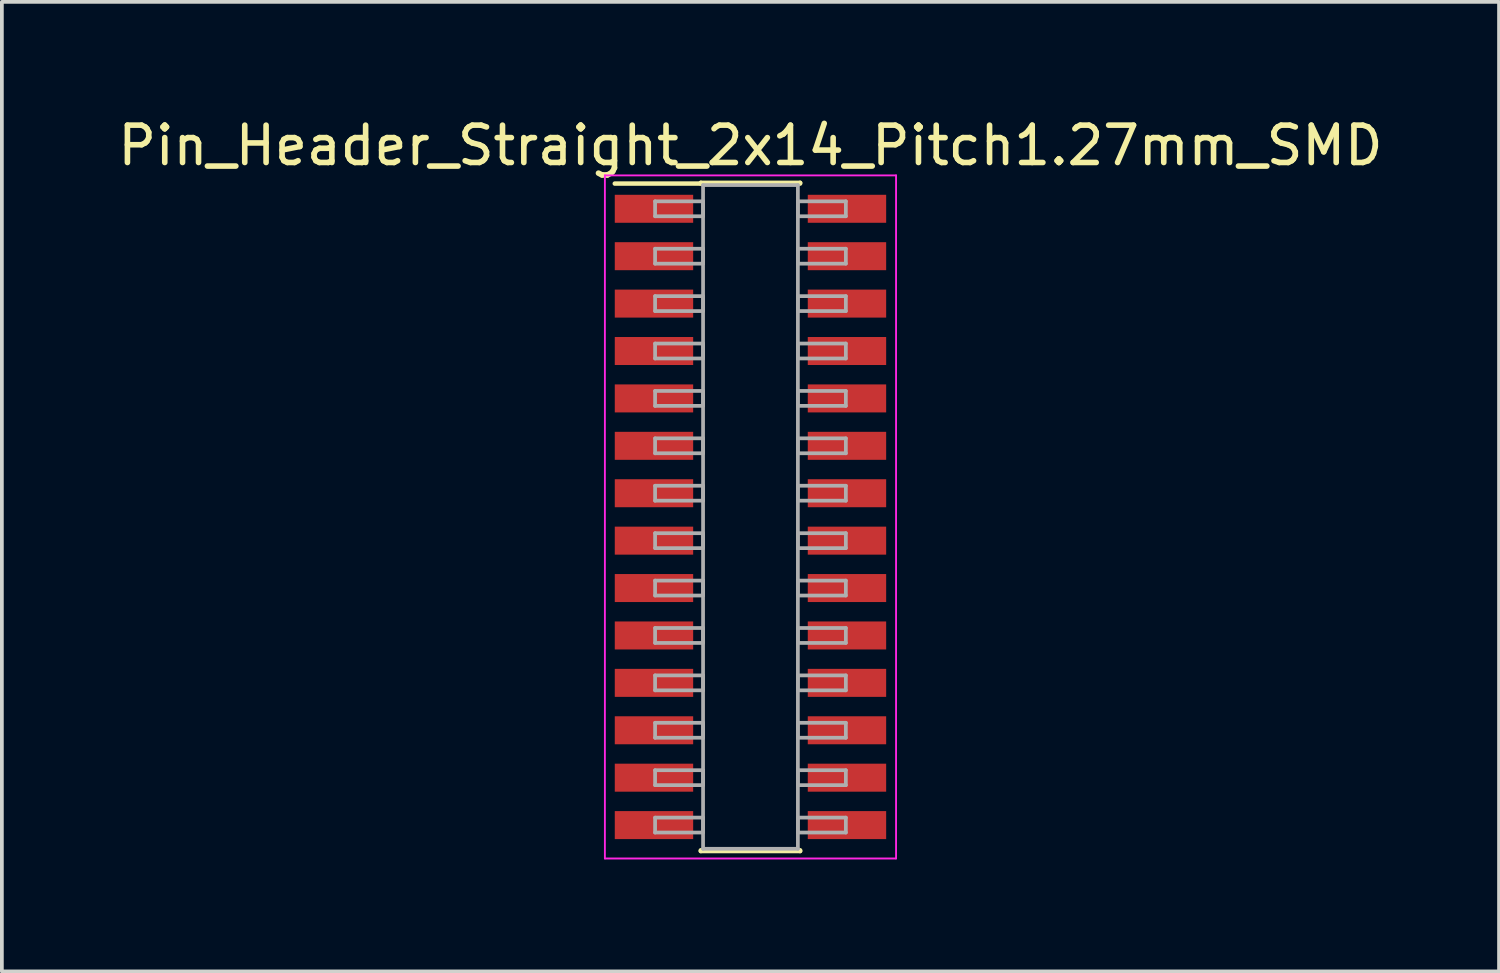
<source format=kicad_pcb>
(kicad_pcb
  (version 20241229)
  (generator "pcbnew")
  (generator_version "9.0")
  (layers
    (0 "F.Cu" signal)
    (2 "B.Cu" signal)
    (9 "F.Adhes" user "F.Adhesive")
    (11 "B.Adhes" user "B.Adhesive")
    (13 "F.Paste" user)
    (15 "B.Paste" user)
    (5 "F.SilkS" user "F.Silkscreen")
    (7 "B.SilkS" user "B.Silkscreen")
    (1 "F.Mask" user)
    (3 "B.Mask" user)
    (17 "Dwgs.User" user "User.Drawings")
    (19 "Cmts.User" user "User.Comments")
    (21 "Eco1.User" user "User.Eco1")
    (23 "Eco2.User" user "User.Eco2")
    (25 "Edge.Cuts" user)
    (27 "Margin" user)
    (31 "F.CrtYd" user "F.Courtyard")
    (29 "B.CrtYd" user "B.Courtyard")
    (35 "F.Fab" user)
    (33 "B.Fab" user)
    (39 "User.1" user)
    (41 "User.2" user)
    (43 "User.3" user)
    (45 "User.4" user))
  (footprint "Pin_Header_Straight_2x14_Pitch1.27mm_SMD"
    (layer "F.Cu")
    (at 17.054 10.798)
    (property "Reference" "Pin_Header_Straight_2x14_Pitch1.27mm_SMD" (at 0 -9.95 0) (layer "F.SilkS") (effects (font (size 1 1) (thickness 0.15))))
    (attr smd)
    (fp_line (start -3.635 -8.93) (end -1.33 -8.93) (stroke (width 0.12) (type solid)) (layer "F.SilkS"))
    (fp_line (start -1.33 -8.95) (end 1.33 -8.95) (stroke (width 0.12) (type solid)) (layer "F.SilkS"))
    (fp_line (start -1.33 -8.93) (end -1.33 -8.95) (stroke (width 0.12) (type solid)) (layer "F.SilkS"))
    (fp_line (start -1.33 8.93) (end -1.33 8.95) (stroke (width 0.12) (type solid)) (layer "F.SilkS"))
    (fp_line (start -1.33 8.95) (end 1.33 8.95) (stroke (width 0.12) (type solid)) (layer "F.SilkS"))
    (fp_line (start 1.33 -8.95) (end 1.33 -8.93) (stroke (width 0.12) (type solid)) (layer "F.SilkS"))
    (fp_line (start 1.33 8.95) (end 1.33 8.93) (stroke (width 0.12) (type solid)) (layer "F.SilkS"))
    (fp_line (start -3.9 -9.15) (end -3.9 9.15) (stroke (width 0.05) (type solid)) (layer "F.CrtYd"))
    (fp_line (start -3.9 9.15) (end 3.9 9.15) (stroke (width 0.05) (type solid)) (layer "F.CrtYd"))
    (fp_line (start 3.9 -9.15) (end -3.9 -9.15) (stroke (width 0.05) (type solid)) (layer "F.CrtYd"))
    (fp_line (start 3.9 9.15) (end 3.9 -9.15) (stroke (width 0.05) (type solid)) (layer "F.CrtYd"))
    (fp_line (start -2.555 -8.455) (end -1.27 -8.455) (stroke (width 0.1) (type solid)) (layer "F.Fab"))
    (fp_line (start -2.555 -8.055) (end -2.555 -8.455) (stroke (width 0.1) (type solid)) (layer "F.Fab"))
    (fp_line (start -2.555 -7.185) (end -1.27 -7.185) (stroke (width 0.1) (type solid)) (layer "F.Fab"))
    (fp_line (start -2.555 -6.785) (end -2.555 -7.185) (stroke (width 0.1) (type solid)) (layer "F.Fab"))
    (fp_line (start -2.555 -5.915) (end -1.27 -5.915) (stroke (width 0.1) (type solid)) (layer "F.Fab"))
    (fp_line (start -2.555 -5.515) (end -2.555 -5.915) (stroke (width 0.1) (type solid)) (layer "F.Fab"))
    (fp_line (start -2.555 -4.645) (end -1.27 -4.645) (stroke (width 0.1) (type solid)) (layer "F.Fab"))
    (fp_line (start -2.555 -4.245) (end -2.555 -4.645) (stroke (width 0.1) (type solid)) (layer "F.Fab"))
    (fp_line (start -2.555 -3.375) (end -1.27 -3.375) (stroke (width 0.1) (type solid)) (layer "F.Fab"))
    (fp_line (start -2.555 -2.975) (end -2.555 -3.375) (stroke (width 0.1) (type solid)) (layer "F.Fab"))
    (fp_line (start -2.555 -2.105) (end -1.27 -2.105) (stroke (width 0.1) (type solid)) (layer "F.Fab"))
    (fp_line (start -2.555 -1.705) (end -2.555 -2.105) (stroke (width 0.1) (type solid)) (layer "F.Fab"))
    (fp_line (start -2.555 -0.835) (end -1.27 -0.835) (stroke (width 0.1) (type solid)) (layer "F.Fab"))
    (fp_line (start -2.555 -0.435) (end -2.555 -0.835) (stroke (width 0.1) (type solid)) (layer "F.Fab"))
    (fp_line (start -2.555 0.435) (end -1.27 0.435) (stroke (width 0.1) (type solid)) (layer "F.Fab"))
    (fp_line (start -2.555 0.835) (end -2.555 0.435) (stroke (width 0.1) (type solid)) (layer "F.Fab"))
    (fp_line (start -2.555 1.705) (end -1.27 1.705) (stroke (width 0.1) (type solid)) (layer "F.Fab"))
    (fp_line (start -2.555 2.105) (end -2.555 1.705) (stroke (width 0.1) (type solid)) (layer "F.Fab"))
    (fp_line (start -2.555 2.975) (end -1.27 2.975) (stroke (width 0.1) (type solid)) (layer "F.Fab"))
    (fp_line (start -2.555 3.375) (end -2.555 2.975) (stroke (width 0.1) (type solid)) (layer "F.Fab"))
    (fp_line (start -2.555 4.245) (end -1.27 4.245) (stroke (width 0.1) (type solid)) (layer "F.Fab"))
    (fp_line (start -2.555 4.645) (end -2.555 4.245) (stroke (width 0.1) (type solid)) (layer "F.Fab"))
    (fp_line (start -2.555 5.515) (end -1.27 5.515) (stroke (width 0.1) (type solid)) (layer "F.Fab"))
    (fp_line (start -2.555 5.915) (end -2.555 5.515) (stroke (width 0.1) (type solid)) (layer "F.Fab"))
    (fp_line (start -2.555 6.785) (end -1.27 6.785) (stroke (width 0.1) (type solid)) (layer "F.Fab"))
    (fp_line (start -2.555 7.185) (end -2.555 6.785) (stroke (width 0.1) (type solid)) (layer "F.Fab"))
    (fp_line (start -2.555 8.055) (end -1.27 8.055) (stroke (width 0.1) (type solid)) (layer "F.Fab"))
    (fp_line (start -2.555 8.455) (end -2.555 8.055) (stroke (width 0.1) (type solid)) (layer "F.Fab"))
    (fp_line (start -1.27 -8.89) (end -1.27 8.89) (stroke (width 0.1) (type solid)) (layer "F.Fab"))
    (fp_line (start -1.27 -8.455) (end -1.27 -8.055) (stroke (width 0.1) (type solid)) (layer "F.Fab"))
    (fp_line (start -1.27 -8.055) (end -2.555 -8.055) (stroke (width 0.1) (type solid)) (layer "F.Fab"))
    (fp_line (start -1.27 -7.185) (end -1.27 -6.785) (stroke (width 0.1) (type solid)) (layer "F.Fab"))
    (fp_line (start -1.27 -6.785) (end -2.555 -6.785) (stroke (width 0.1) (type solid)) (layer "F.Fab"))
    (fp_line (start -1.27 -5.915) (end -1.27 -5.515) (stroke (width 0.1) (type solid)) (layer "F.Fab"))
    (fp_line (start -1.27 -5.515) (end -2.555 -5.515) (stroke (width 0.1) (type solid)) (layer "F.Fab"))
    (fp_line (start -1.27 -4.645) (end -1.27 -4.245) (stroke (width 0.1) (type solid)) (layer "F.Fab"))
    (fp_line (start -1.27 -4.245) (end -2.555 -4.245) (stroke (width 0.1) (type solid)) (layer "F.Fab"))
    (fp_line (start -1.27 -3.375) (end -1.27 -2.975) (stroke (width 0.1) (type solid)) (layer "F.Fab"))
    (fp_line (start -1.27 -2.975) (end -2.555 -2.975) (stroke (width 0.1) (type solid)) (layer "F.Fab"))
    (fp_line (start -1.27 -2.105) (end -1.27 -1.705) (stroke (width 0.1) (type solid)) (layer "F.Fab"))
    (fp_line (start -1.27 -1.705) (end -2.555 -1.705) (stroke (width 0.1) (type solid)) (layer "F.Fab"))
    (fp_line (start -1.27 -0.835) (end -1.27 -0.435) (stroke (width 0.1) (type solid)) (layer "F.Fab"))
    (fp_line (start -1.27 -0.435) (end -2.555 -0.435) (stroke (width 0.1) (type solid)) (layer "F.Fab"))
    (fp_line (start -1.27 0.435) (end -1.27 0.835) (stroke (width 0.1) (type solid)) (layer "F.Fab"))
    (fp_line (start -1.27 0.835) (end -2.555 0.835) (stroke (width 0.1) (type solid)) (layer "F.Fab"))
    (fp_line (start -1.27 1.705) (end -1.27 2.105) (stroke (width 0.1) (type solid)) (layer "F.Fab"))
    (fp_line (start -1.27 2.105) (end -2.555 2.105) (stroke (width 0.1) (type solid)) (layer "F.Fab"))
    (fp_line (start -1.27 2.975) (end -1.27 3.375) (stroke (width 0.1) (type solid)) (layer "F.Fab"))
    (fp_line (start -1.27 3.375) (end -2.555 3.375) (stroke (width 0.1) (type solid)) (layer "F.Fab"))
    (fp_line (start -1.27 4.245) (end -1.27 4.645) (stroke (width 0.1) (type solid)) (layer "F.Fab"))
    (fp_line (start -1.27 4.645) (end -2.555 4.645) (stroke (width 0.1) (type solid)) (layer "F.Fab"))
    (fp_line (start -1.27 5.515) (end -1.27 5.915) (stroke (width 0.1) (type solid)) (layer "F.Fab"))
    (fp_line (start -1.27 5.915) (end -2.555 5.915) (stroke (width 0.1) (type solid)) (layer "F.Fab"))
    (fp_line (start -1.27 6.785) (end -1.27 7.185) (stroke (width 0.1) (type solid)) (layer "F.Fab"))
    (fp_line (start -1.27 7.185) (end -2.555 7.185) (stroke (width 0.1) (type solid)) (layer "F.Fab"))
    (fp_line (start -1.27 8.055) (end -1.27 8.455) (stroke (width 0.1) (type solid)) (layer "F.Fab"))
    (fp_line (start -1.27 8.455) (end -2.555 8.455) (stroke (width 0.1) (type solid)) (layer "F.Fab"))
    (fp_line (start -1.27 8.89) (end 1.27 8.89) (stroke (width 0.1) (type solid)) (layer "F.Fab"))
    (fp_line (start 1.27 -8.89) (end -1.27 -8.89) (stroke (width 0.1) (type solid)) (layer "F.Fab"))
    (fp_line (start 1.27 -8.455) (end 1.27 -8.055) (stroke (width 0.1) (type solid)) (layer "F.Fab"))
    (fp_line (start 1.27 -8.055) (end 2.555 -8.055) (stroke (width 0.1) (type solid)) (layer "F.Fab"))
    (fp_line (start 1.27 -7.185) (end 1.27 -6.785) (stroke (width 0.1) (type solid)) (layer "F.Fab"))
    (fp_line (start 1.27 -6.785) (end 2.555 -6.785) (stroke (width 0.1) (type solid)) (layer "F.Fab"))
    (fp_line (start 1.27 -5.915) (end 1.27 -5.515) (stroke (width 0.1) (type solid)) (layer "F.Fab"))
    (fp_line (start 1.27 -5.515) (end 2.555 -5.515) (stroke (width 0.1) (type solid)) (layer "F.Fab"))
    (fp_line (start 1.27 -4.645) (end 1.27 -4.245) (stroke (width 0.1) (type solid)) (layer "F.Fab"))
    (fp_line (start 1.27 -4.245) (end 2.555 -4.245) (stroke (width 0.1) (type solid)) (layer "F.Fab"))
    (fp_line (start 1.27 -3.375) (end 1.27 -2.975) (stroke (width 0.1) (type solid)) (layer "F.Fab"))
    (fp_line (start 1.27 -2.975) (end 2.555 -2.975) (stroke (width 0.1) (type solid)) (layer "F.Fab"))
    (fp_line (start 1.27 -2.105) (end 1.27 -1.705) (stroke (width 0.1) (type solid)) (layer "F.Fab"))
    (fp_line (start 1.27 -1.705) (end 2.555 -1.705) (stroke (width 0.1) (type solid)) (layer "F.Fab"))
    (fp_line (start 1.27 -0.835) (end 1.27 -0.435) (stroke (width 0.1) (type solid)) (layer "F.Fab"))
    (fp_line (start 1.27 -0.435) (end 2.555 -0.435) (stroke (width 0.1) (type solid)) (layer "F.Fab"))
    (fp_line (start 1.27 0.435) (end 1.27 0.835) (stroke (width 0.1) (type solid)) (layer "F.Fab"))
    (fp_line (start 1.27 0.835) (end 2.555 0.835) (stroke (width 0.1) (type solid)) (layer "F.Fab"))
    (fp_line (start 1.27 1.705) (end 1.27 2.105) (stroke (width 0.1) (type solid)) (layer "F.Fab"))
    (fp_line (start 1.27 2.105) (end 2.555 2.105) (stroke (width 0.1) (type solid)) (layer "F.Fab"))
    (fp_line (start 1.27 2.975) (end 1.27 3.375) (stroke (width 0.1) (type solid)) (layer "F.Fab"))
    (fp_line (start 1.27 3.375) (end 2.555 3.375) (stroke (width 0.1) (type solid)) (layer "F.Fab"))
    (fp_line (start 1.27 4.245) (end 1.27 4.645) (stroke (width 0.1) (type solid)) (layer "F.Fab"))
    (fp_line (start 1.27 4.645) (end 2.555 4.645) (stroke (width 0.1) (type solid)) (layer "F.Fab"))
    (fp_line (start 1.27 5.515) (end 1.27 5.915) (stroke (width 0.1) (type solid)) (layer "F.Fab"))
    (fp_line (start 1.27 5.915) (end 2.555 5.915) (stroke (width 0.1) (type solid)) (layer "F.Fab"))
    (fp_line (start 1.27 6.785) (end 1.27 7.185) (stroke (width 0.1) (type solid)) (layer "F.Fab"))
    (fp_line (start 1.27 7.185) (end 2.555 7.185) (stroke (width 0.1) (type solid)) (layer "F.Fab"))
    (fp_line (start 1.27 8.055) (end 1.27 8.455) (stroke (width 0.1) (type solid)) (layer "F.Fab"))
    (fp_line (start 1.27 8.455) (end 2.555 8.455) (stroke (width 0.1) (type solid)) (layer "F.Fab"))
    (fp_line (start 1.27 8.89) (end 1.27 -8.89) (stroke (width 0.1) (type solid)) (layer "F.Fab"))
    (fp_line (start 2.555 -8.455) (end 1.27 -8.455) (stroke (width 0.1) (type solid)) (layer "F.Fab"))
    (fp_line (start 2.555 -8.055) (end 2.555 -8.455) (stroke (width 0.1) (type solid)) (layer "F.Fab"))
    (fp_line (start 2.555 -7.185) (end 1.27 -7.185) (stroke (width 0.1) (type solid)) (layer "F.Fab"))
    (fp_line (start 2.555 -6.785) (end 2.555 -7.185) (stroke (width 0.1) (type solid)) (layer "F.Fab"))
    (fp_line (start 2.555 -5.915) (end 1.27 -5.915) (stroke (width 0.1) (type solid)) (layer "F.Fab"))
    (fp_line (start 2.555 -5.515) (end 2.555 -5.915) (stroke (width 0.1) (type solid)) (layer "F.Fab"))
    (fp_line (start 2.555 -4.645) (end 1.27 -4.645) (stroke (width 0.1) (type solid)) (layer "F.Fab"))
    (fp_line (start 2.555 -4.245) (end 2.555 -4.645) (stroke (width 0.1) (type solid)) (layer "F.Fab"))
    (fp_line (start 2.555 -3.375) (end 1.27 -3.375) (stroke (width 0.1) (type solid)) (layer "F.Fab"))
    (fp_line (start 2.555 -2.975) (end 2.555 -3.375) (stroke (width 0.1) (type solid)) (layer "F.Fab"))
    (fp_line (start 2.555 -2.105) (end 1.27 -2.105) (stroke (width 0.1) (type solid)) (layer "F.Fab"))
    (fp_line (start 2.555 -1.705) (end 2.555 -2.105) (stroke (width 0.1) (type solid)) (layer "F.Fab"))
    (fp_line (start 2.555 -0.835) (end 1.27 -0.835) (stroke (width 0.1) (type solid)) (layer "F.Fab"))
    (fp_line (start 2.555 -0.435) (end 2.555 -0.835) (stroke (width 0.1) (type solid)) (layer "F.Fab"))
    (fp_line (start 2.555 0.435) (end 1.27 0.435) (stroke (width 0.1) (type solid)) (layer "F.Fab"))
    (fp_line (start 2.555 0.835) (end 2.555 0.435) (stroke (width 0.1) (type solid)) (layer "F.Fab"))
    (fp_line (start 2.555 1.705) (end 1.27 1.705) (stroke (width 0.1) (type solid)) (layer "F.Fab"))
    (fp_line (start 2.555 2.105) (end 2.555 1.705) (stroke (width 0.1) (type solid)) (layer "F.Fab"))
    (fp_line (start 2.555 2.975) (end 1.27 2.975) (stroke (width 0.1) (type solid)) (layer "F.Fab"))
    (fp_line (start 2.555 3.375) (end 2.555 2.975) (stroke (width 0.1) (type solid)) (layer "F.Fab"))
    (fp_line (start 2.555 4.245) (end 1.27 4.245) (stroke (width 0.1) (type solid)) (layer "F.Fab"))
    (fp_line (start 2.555 4.645) (end 2.555 4.245) (stroke (width 0.1) (type solid)) (layer "F.Fab"))
    (fp_line (start 2.555 5.515) (end 1.27 5.515) (stroke (width 0.1) (type solid)) (layer "F.Fab"))
    (fp_line (start 2.555 5.915) (end 2.555 5.515) (stroke (width 0.1) (type solid)) (layer "F.Fab"))
    (fp_line (start 2.555 6.785) (end 1.27 6.785) (stroke (width 0.1) (type solid)) (layer "F.Fab"))
    (fp_line (start 2.555 7.185) (end 2.555 6.785) (stroke (width 0.1) (type solid)) (layer "F.Fab"))
    (fp_line (start 2.555 8.055) (end 1.27 8.055) (stroke (width 0.1) (type solid)) (layer "F.Fab"))
    (fp_line (start 2.555 8.455) (end 2.555 8.055) (stroke (width 0.1) (type solid)) (layer "F.Fab"))
    (pad "1" smd rect (at -2.585 -8.255) (size 2.1 0.75) (layers "F.Cu" "F.Mask"))
    (pad "2" smd rect (at 2.585 -8.255) (size 2.1 0.75) (layers "F.Cu" "F.Mask"))
    (pad "3" smd rect (at -2.585 -6.985) (size 2.1 0.75) (layers "F.Cu" "F.Mask"))
    (pad "4" smd rect (at 2.585 -6.985) (size 2.1 0.75) (layers "F.Cu" "F.Mask"))
    (pad "5" smd rect (at -2.585 -5.715) (size 2.1 0.75) (layers "F.Cu" "F.Mask"))
    (pad "6" smd rect (at 2.585 -5.715) (size 2.1 0.75) (layers "F.Cu" "F.Mask"))
    (pad "7" smd rect (at -2.585 -4.445) (size 2.1 0.75) (layers "F.Cu" "F.Mask"))
    (pad "8" smd rect (at 2.585 -4.445) (size 2.1 0.75) (layers "F.Cu" "F.Mask"))
    (pad "9" smd rect (at -2.585 -3.175) (size 2.1 0.75) (layers "F.Cu" "F.Mask"))
    (pad "10" smd rect (at 2.585 -3.175) (size 2.1 0.75) (layers "F.Cu" "F.Mask"))
    (pad "11" smd rect (at -2.585 -1.905) (size 2.1 0.75) (layers "F.Cu" "F.Mask"))
    (pad "12" smd rect (at 2.585 -1.905) (size 2.1 0.75) (layers "F.Cu" "F.Mask"))
    (pad "13" smd rect (at -2.585 -0.635) (size 2.1 0.75) (layers "F.Cu" "F.Mask"))
    (pad "14" smd rect (at 2.585 -0.635) (size 2.1 0.75) (layers "F.Cu" "F.Mask"))
    (pad "15" smd rect (at -2.585 0.635) (size 2.1 0.75) (layers "F.Cu" "F.Mask"))
    (pad "16" smd rect (at 2.585 0.635) (size 2.1 0.75) (layers "F.Cu" "F.Mask"))
    (pad "17" smd rect (at -2.585 1.905) (size 2.1 0.75) (layers "F.Cu" "F.Mask"))
    (pad "18" smd rect (at 2.585 1.905) (size 2.1 0.75) (layers "F.Cu" "F.Mask"))
    (pad "19" smd rect (at -2.585 3.175) (size 2.1 0.75) (layers "F.Cu" "F.Mask"))
    (pad "20" smd rect (at 2.585 3.175) (size 2.1 0.75) (layers "F.Cu" "F.Mask"))
    (pad "21" smd rect (at -2.585 4.445) (size 2.1 0.75) (layers "F.Cu" "F.Mask"))
    (pad "22" smd rect (at 2.585 4.445) (size 2.1 0.75) (layers "F.Cu" "F.Mask"))
    (pad "23" smd rect (at -2.585 5.715) (size 2.1 0.75) (layers "F.Cu" "F.Mask"))
    (pad "24" smd rect (at 2.585 5.715) (size 2.1 0.75) (layers "F.Cu" "F.Mask"))
    (pad "25" smd rect (at -2.585 6.985) (size 2.1 0.75) (layers "F.Cu" "F.Mask"))
    (pad "26" smd rect (at 2.585 6.985) (size 2.1 0.75) (layers "F.Cu" "F.Mask"))
    (pad "27" smd rect (at -2.585 8.255) (size 2.1 0.75) (layers "F.Cu" "F.Mask"))
    (pad "28" smd rect (at 2.585 8.255) (size 2.1 0.75) (layers "F.Cu" "F.Mask")))
  (gr_rect
    (start -3 -3)
    (end 37.107 22.973)
    (stroke (width 0.1) (type default))
    (fill no)
    (layer "Edge.Cuts")))
</source>
